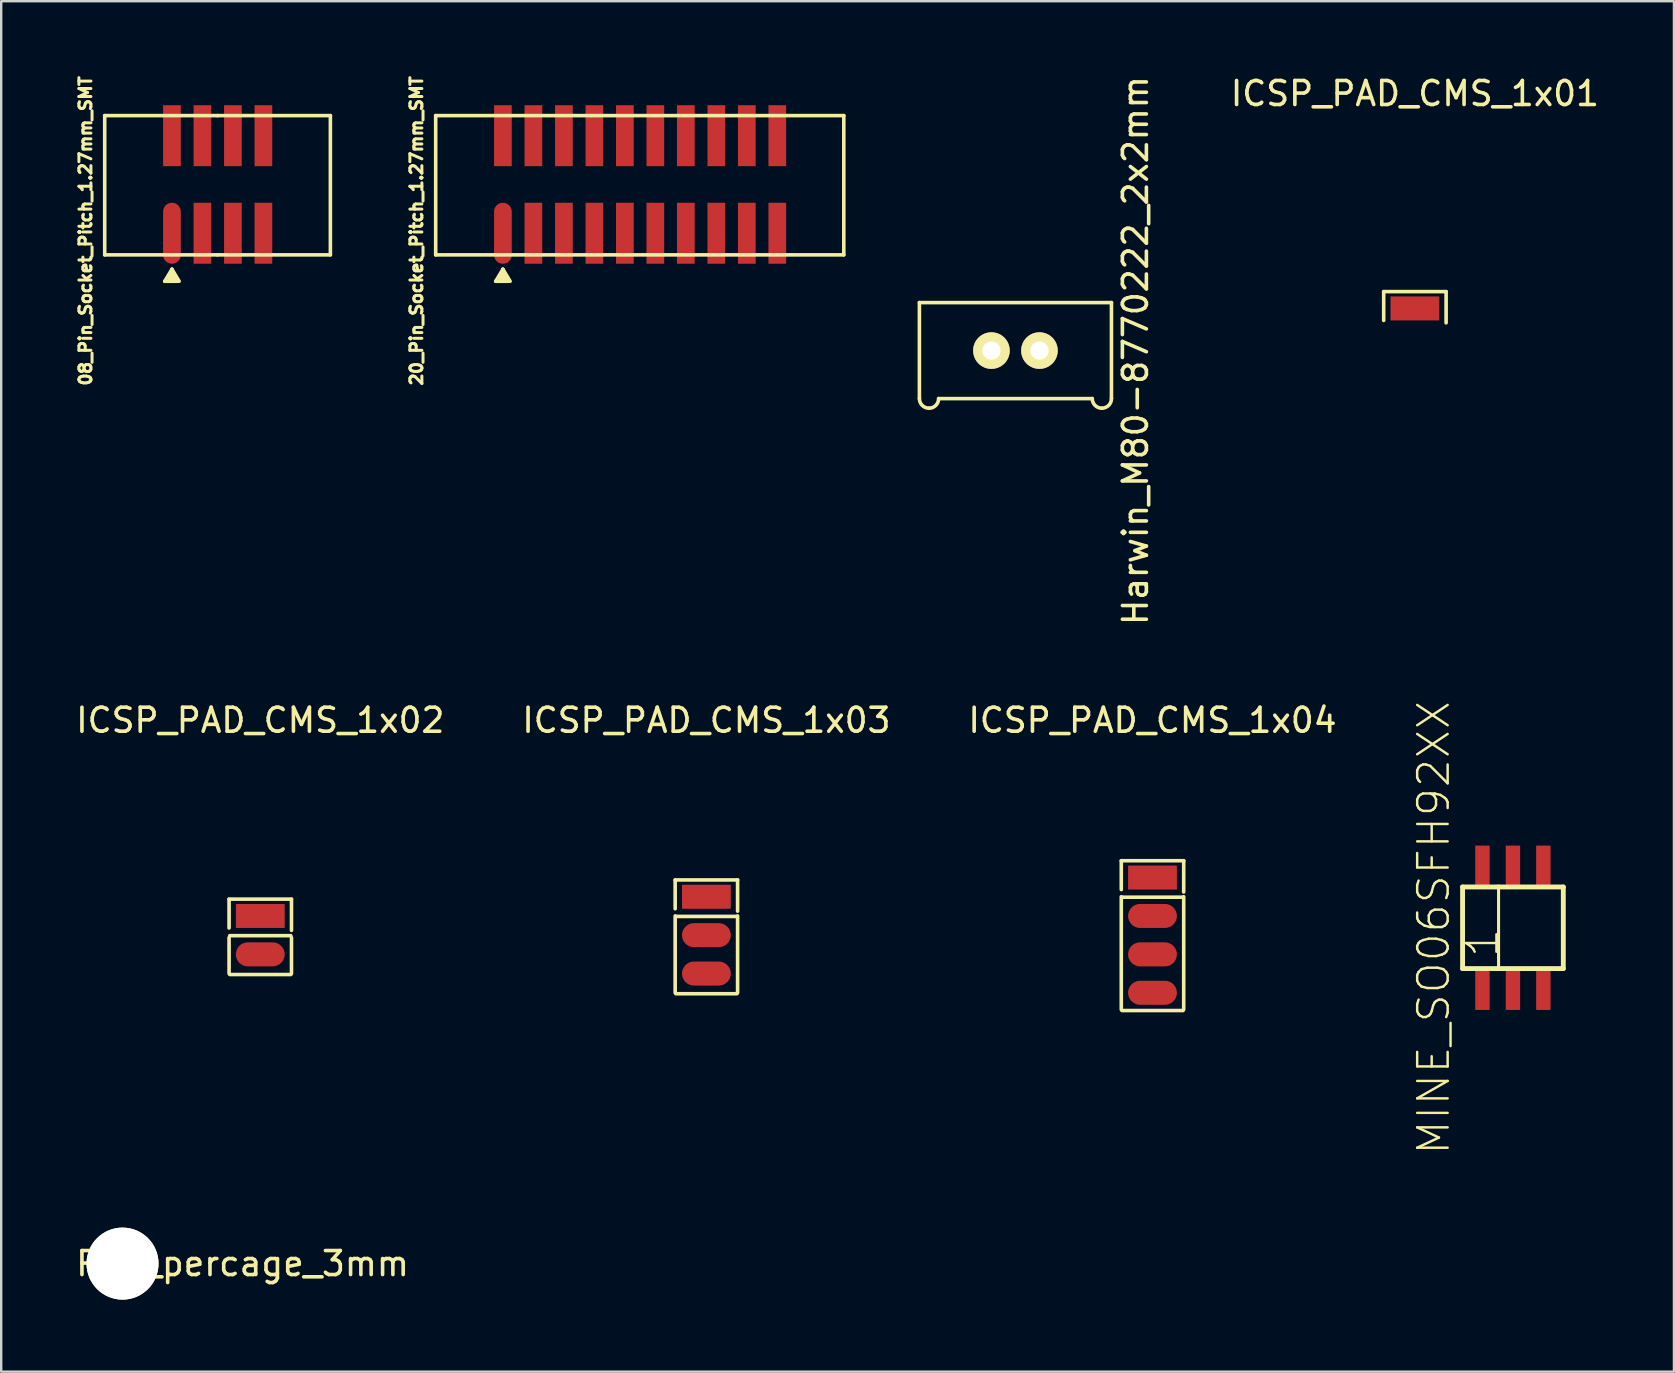
<source format=kicad_pcb>
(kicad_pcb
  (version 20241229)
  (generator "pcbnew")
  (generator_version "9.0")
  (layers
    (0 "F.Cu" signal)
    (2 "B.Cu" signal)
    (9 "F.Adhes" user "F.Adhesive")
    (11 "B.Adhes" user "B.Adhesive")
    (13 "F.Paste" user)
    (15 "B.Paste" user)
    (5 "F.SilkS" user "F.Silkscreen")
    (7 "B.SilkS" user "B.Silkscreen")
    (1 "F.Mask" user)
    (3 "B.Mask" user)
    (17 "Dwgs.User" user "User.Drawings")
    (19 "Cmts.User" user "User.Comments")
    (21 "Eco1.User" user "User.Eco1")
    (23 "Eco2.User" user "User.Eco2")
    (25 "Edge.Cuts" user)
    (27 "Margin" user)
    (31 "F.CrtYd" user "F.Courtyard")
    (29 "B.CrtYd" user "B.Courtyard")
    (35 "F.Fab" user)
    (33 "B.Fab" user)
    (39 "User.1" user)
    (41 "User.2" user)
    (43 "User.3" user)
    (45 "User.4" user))
  (footprint "Pad_percage_3mm"
    (layer "F.Cu")
    (at 2.054 49.587)
    (property "Reference" "Pad_percage_3mm" (at 5 0 0) (layer "F.SilkS") (effects (font (size 1 1) (thickness 0.15))))
    (attr through_hole)
    (pad "" np_thru_hole circle (at 0 0) (size 3 3) (drill 3) (layers "*.Cu" "*.Mask" "F.SilkS")))
  (footprint "20_Pin_Socket_Pitch_1.27mm_SMT"
    (layer "F.Cu")
    (at 23.649 4.666)
    (property "Reference" "20_Pin_Socket_Pitch_1.27mm_SMT" (at -9.35 1.9 90) (layer "F.SilkS") (effects (font (size 0.5 0.5) (thickness 0.125))))
    (attr through_hole)
    (fp_line (start -8.55 -2.9) (end 8.45 -2.9) (stroke (width 0.15) (type solid)) (layer "F.SilkS"))
    (fp_line (start -8.55 2.9) (end -8.55 -2.9) (stroke (width 0.15) (type solid)) (layer "F.SilkS"))
    (fp_line (start -8.55 2.9) (end 8.45 2.9) (stroke (width 0.15) (type solid)) (layer "F.SilkS"))
    (fp_line (start -6.05 4) (end -5.55 4) (stroke (width 0.15) (type solid)) (layer "F.SilkS"))
    (fp_line (start -5.85 3.9) (end -5.75 3.9) (stroke (width 0.15) (type solid)) (layer "F.SilkS"))
    (fp_line (start -5.75 3.5) (end -6.05 4) (stroke (width 0.15) (type solid)) (layer "F.SilkS"))
    (fp_line (start -5.75 3.5) (end -5.45 4) (stroke (width 0.15) (type solid)) (layer "F.SilkS"))
    (fp_line (start -5.75 3.7) (end -5.85 3.9) (stroke (width 0.15) (type solid)) (layer "F.SilkS"))
    (fp_line (start -5.75 3.7) (end -5.65 3.9) (stroke (width 0.15) (type solid)) (layer "F.SilkS"))
    (fp_line (start -5.55 4) (end -5.75 3.5) (stroke (width 0.15) (type solid)) (layer "F.SilkS"))
    (fp_line (start 8.45 2.9) (end 8.45 -2.9) (stroke (width 0.15) (type solid)) (layer "F.SilkS"))
    (pad "1" smd oval (at -5.75 2) (size 0.737 2.54) (layers "F.Cu" "F.Mask" "F.Paste"))
    (pad "2" smd rect (at -5.75 -2.064) (size 0.737 2.54) (layers "F.Cu" "F.Mask" "F.Paste"))
    (pad "3" smd rect (at -4.48 2) (size 0.737 2.54) (layers "F.Cu" "F.Mask" "F.Paste"))
    (pad "4" smd rect (at -4.48 -2.064) (size 0.737 2.54) (layers "F.Cu" "F.Mask" "F.Paste"))
    (pad "5" smd rect (at -3.21 2) (size 0.737 2.54) (layers "F.Cu" "F.Mask" "F.Paste"))
    (pad "6" smd rect (at -3.21 -2.064) (size 0.737 2.54) (layers "F.Cu" "F.Mask" "F.Paste"))
    (pad "7" smd rect (at -1.94 2) (size 0.737 2.54) (layers "F.Cu" "F.Mask" "F.Paste"))
    (pad "8" smd rect (at -1.94 -2.064) (size 0.737 2.54) (layers "F.Cu" "F.Mask" "F.Paste"))
    (pad "9" smd rect (at -0.67 2) (size 0.737 2.54) (layers "F.Cu" "F.Mask" "F.Paste"))
    (pad "10" smd rect (at -0.67 -2.064) (size 0.737 2.54) (layers "F.Cu" "F.Mask" "F.Paste"))
    (pad "11" smd rect (at 0.6 2) (size 0.737 2.54) (layers "F.Cu" "F.Mask" "F.Paste"))
    (pad "12" smd rect (at 0.6 -2.064) (size 0.737 2.54) (layers "F.Cu" "F.Mask" "F.Paste"))
    (pad "13" smd rect (at 1.87 2) (size 0.737 2.54) (layers "F.Cu" "F.Mask" "F.Paste"))
    (pad "14" smd rect (at 1.87 -2.064) (size 0.737 2.54) (layers "F.Cu" "F.Mask" "F.Paste"))
    (pad "15" smd rect (at 3.14 2) (size 0.737 2.54) (layers "F.Cu" "F.Mask" "F.Paste"))
    (pad "16" smd rect (at 3.14 -2.064) (size 0.737 2.54) (layers "F.Cu" "F.Mask" "F.Paste"))
    (pad "17" smd rect (at 4.41 2) (size 0.737 2.54) (layers "F.Cu" "F.Mask" "F.Paste"))
    (pad "18" smd rect (at 4.41 -2.064) (size 0.737 2.54) (layers "F.Cu" "F.Mask" "F.Paste"))
    (pad "19" smd rect (at 5.68 2) (size 0.737 2.54) (layers "F.Cu" "F.Mask" "F.Paste"))
    (pad "20" smd rect (at 5.68 -2.064) (size 0.737 2.54) (layers "F.Cu" "F.Mask" "F.Paste")))
  (footprint "ICSP_PAD_CMS_1x04"
    (layer "F.Cu")
    (at 44.958 35.905)
    (property "Reference" "ICSP_PAD_CMS_1x04" (at 0 -8.95 0) (layer "F.SilkS") (effects (font (size 1 1) (thickness 0.15))))
    (attr through_hole)
    (fp_line (start -1.3 -3.1) (end 1.3 -3.1) (stroke (width 0.15) (type solid)) (layer "F.SilkS"))
    (fp_line (start -1.3 -1.9) (end -1.3 -3.1) (stroke (width 0.15) (type solid)) (layer "F.SilkS"))
    (fp_line (start -1.3 -1.6) (end -1.3 3.1) (stroke (width 0.15) (type solid)) (layer "F.SilkS"))
    (fp_line (start -1.27 3.14) (end 1.27 3.14) (stroke (width 0.15) (type solid)) (layer "F.SilkS"))
    (fp_line (start 1.27 -1.58) (end -1.27 -1.58) (stroke (width 0.15) (type solid)) (layer "F.SilkS"))
    (fp_line (start 1.3 -3.1) (end 1.3 -1.8) (stroke (width 0.15) (type solid)) (layer "F.SilkS"))
    (fp_line (start 1.3 -1.6) (end 1.3 3.1) (stroke (width 0.15) (type solid)) (layer "F.SilkS"))
    (pad "1" smd rect (at 0 -2.4) (size 2.032 1) (layers "F.Cu" "F.Mask" "F.Paste"))
    (pad "2" smd oval (at 0 -0.8) (size 2.032 1) (layers "F.Cu" "F.Mask" "F.Paste"))
    (pad "3" smd oval (at 0 0.8) (size 2.032 1) (layers "F.Cu" "F.Mask" "F.Paste"))
    (pad "4" smd oval (at 0 2.4) (size 2.032 1) (layers "F.Cu" "F.Mask" "F.Paste")))
  (footprint "MINE_SO06SFH92XX"
    (layer "F.Cu")
    (at 59.973 35.597)
    (property "Reference" "MINE_SO06SFH92XX" (at -3.302 0 90) (layer "F.SilkS") (effects (font (size 1.27 1.27) (thickness 0.102))))
    (attr smd)
    (fp_line (start -2.098 -1.699) (end -0.599 -1.699) (stroke (width 0.203) (type solid)) (layer "F.SilkS"))
    (fp_line (start -2.098 1.699) (end -2.098 -1.699) (stroke (width 0.203) (type solid)) (layer "F.SilkS"))
    (fp_line (start -1.519 -1.725) (end -1.019 -1.725) (stroke (width 0.066) (type solid)) (layer "F.SilkS"))
    (fp_line (start -1.519 1.725) (end -1.019 1.725) (stroke (width 0.066) (type solid)) (layer "F.SilkS"))
    (fp_line (start -0.599 -1.699) (end -0.599 1.699) (stroke (width 0.127) (type solid)) (layer "F.SilkS"))
    (fp_line (start -0.599 -1.699) (end 2.098 -1.699) (stroke (width 0.203) (type solid)) (layer "F.SilkS"))
    (fp_line (start -0.599 1.699) (end -2.098 1.699) (stroke (width 0.203) (type solid)) (layer "F.SilkS"))
    (fp_line (start -0.249 -1.725) (end 0.249 -1.725) (stroke (width 0.066) (type solid)) (layer "F.SilkS"))
    (fp_line (start -0.249 1.725) (end 0.249 1.725) (stroke (width 0.066) (type solid)) (layer "F.SilkS"))
    (fp_line (start 1.019 -1.725) (end 1.519 -1.725) (stroke (width 0.066) (type solid)) (layer "F.SilkS"))
    (fp_line (start 1.019 1.725) (end 1.519 1.725) (stroke (width 0.066) (type solid)) (layer "F.SilkS"))
    (fp_line (start 2.098 -1.699) (end 2.098 1.699) (stroke (width 0.203) (type solid)) (layer "F.SilkS"))
    (fp_line (start 2.098 1.699) (end -0.599 1.699) (stroke (width 0.203) (type solid)) (layer "F.SilkS"))
    (fp_text user "1" (at -1.27 0.635 90) (layer "F.SilkS") (effects (font (size 1.27 1.27) (thickness 0.102))))
    (pad "1" smd rect (at -1.27 2.598) (size 0.599 1.651) (layers "F.Cu" "F.Mask" "F.Paste"))
    (pad "2" smd rect (at 0 2.598) (size 0.599 1.651) (layers "F.Cu" "F.Mask" "F.Paste"))
    (pad "3" smd rect (at 1.267 2.598) (size 0.599 1.651) (layers "F.Cu" "F.Mask" "F.Paste"))
    (pad "4" smd rect (at 1.267 -2.598) (size 0.599 1.651) (layers "F.Cu" "F.Mask" "F.Paste"))
    (pad "5" smd rect (at 0 -2.598) (size 0.599 1.651) (layers "F.Cu" "F.Mask" "F.Paste"))
    (pad "6" smd rect (at -1.27 -2.598) (size 0.599 1.651) (layers "F.Cu" "F.Mask" "F.Paste")))
  (footprint "08_Pin_Socket_Pitch_1.27mm_SMT"
    (layer "F.Cu")
    (at 6.012 4.666)
    (property "Reference" "08_Pin_Socket_Pitch_1.27mm_SMT" (at -5.5 1.9 90) (layer "F.SilkS") (effects (font (size 0.5 0.5) (thickness 0.125))))
    (attr through_hole)
    (fp_line (start -4.7 -2.9) (end 0 -2.9) (stroke (width 0.15) (type solid)) (layer "F.SilkS"))
    (fp_line (start -4.7 2.9) (end -4.7 -2.9) (stroke (width 0.15) (type solid)) (layer "F.SilkS"))
    (fp_line (start -2.2 4) (end -1.7 4) (stroke (width 0.15) (type solid)) (layer "F.SilkS"))
    (fp_line (start -2 3.9) (end -1.9 3.9) (stroke (width 0.15) (type solid)) (layer "F.SilkS"))
    (fp_line (start -1.9 3.5) (end -2.2 4) (stroke (width 0.15) (type solid)) (layer "F.SilkS"))
    (fp_line (start -1.9 3.5) (end -1.6 4) (stroke (width 0.15) (type solid)) (layer "F.SilkS"))
    (fp_line (start -1.9 3.7) (end -2 3.9) (stroke (width 0.15) (type solid)) (layer "F.SilkS"))
    (fp_line (start -1.9 3.7) (end -1.8 3.9) (stroke (width 0.15) (type solid)) (layer "F.SilkS"))
    (fp_line (start -1.7 4) (end -1.9 3.5) (stroke (width 0.15) (type solid)) (layer "F.SilkS"))
    (fp_line (start 0 -2.9) (end 4.7 -2.9) (stroke (width 0.15) (type solid)) (layer "F.SilkS"))
    (fp_line (start 0 2.9) (end -4.7 2.9) (stroke (width 0.15) (type solid)) (layer "F.SilkS"))
    (fp_line (start 4.7 -2.9) (end 4.7 2.9) (stroke (width 0.15) (type solid)) (layer "F.SilkS"))
    (fp_line (start 4.7 2.9) (end 0 2.9) (stroke (width 0.15) (type solid)) (layer "F.SilkS"))
    (pad "1" smd oval (at -1.9 2) (size 0.737 2.54) (layers "F.Cu" "F.Mask" "F.Paste"))
    (pad "2" smd rect (at -1.9 -2.064) (size 0.737 2.54) (layers "F.Cu" "F.Mask" "F.Paste"))
    (pad "3" smd rect (at -0.63 2) (size 0.737 2.54) (layers "F.Cu" "F.Mask" "F.Paste"))
    (pad "4" smd rect (at -0.63 -2.064) (size 0.737 2.54) (layers "F.Cu" "F.Mask" "F.Paste"))
    (pad "5" smd rect (at 0.64 2) (size 0.737 2.54) (layers "F.Cu" "F.Mask" "F.Paste"))
    (pad "6" smd rect (at 0.64 -2.064) (size 0.737 2.54) (layers "F.Cu" "F.Mask" "F.Paste"))
    (pad "7" smd rect (at 1.91 2) (size 0.737 2.54) (layers "F.Cu" "F.Mask" "F.Paste"))
    (pad "8" smd rect (at 1.91 -2.064) (size 0.737 2.54) (layers "F.Cu" "F.Mask" "F.Paste")))
  (footprint "ICSP_PAD_CMS_1x02"
    (layer "F.Cu")
    (at 7.792 35.905)
    (property "Reference" "ICSP_PAD_CMS_1x02" (at 0 -8.95 0) (layer "F.SilkS") (effects (font (size 1 1) (thickness 0.15))))
    (attr through_hole)
    (fp_line (start -1.3 -1.5) (end 1.3 -1.5) (stroke (width 0.15) (type solid)) (layer "F.SilkS"))
    (fp_line (start -1.3 -0.3) (end -1.3 -1.5) (stroke (width 0.15) (type solid)) (layer "F.SilkS"))
    (fp_line (start -1.3 1.6) (end -1.3 0.1) (stroke (width 0.15) (type solid)) (layer "F.SilkS"))
    (fp_line (start -1.27 1.64) (end 1.27 1.64) (stroke (width 0.15) (type solid)) (layer "F.SilkS"))
    (fp_line (start 1.27 0.02) (end -1.27 0.02) (stroke (width 0.15) (type solid)) (layer "F.SilkS"))
    (fp_line (start 1.3 -1.5) (end 1.3 -0.2) (stroke (width 0.15) (type solid)) (layer "F.SilkS"))
    (fp_line (start 1.3 1.6) (end 1.3 0.1) (stroke (width 0.15) (type solid)) (layer "F.SilkS"))
    (pad "1" smd rect (at 0 -0.8) (size 2.032 1) (layers "F.Cu" "F.Mask" "F.Paste"))
    (pad "2" smd oval (at 0 0.8) (size 2.032 1) (layers "F.Cu" "F.Mask" "F.Paste")))
  (footprint "Harwin_M80-8770222_2x2mm"
    (layer "F.Cu")
    (at 39.249 11.554)
    (property "Reference" "Harwin_M80-8770222_2x2mm" (at 5 0 90) (layer "F.SilkS") (effects (font (size 1 1) (thickness 0.15))))
    (attr through_hole)
    (fp_line (start -4 -2) (end 4 -2) (stroke (width 0.15) (type solid)) (layer "F.SilkS"))
    (fp_line (start -4 2) (end -4 -2) (stroke (width 0.15) (type solid)) (layer "F.SilkS"))
    (fp_line (start 3.2 2) (end -3.2 2) (stroke (width 0.15) (type solid)) (layer "F.SilkS"))
    (fp_line (start 4 -2) (end 4 2) (stroke (width 0.15) (type solid)) (layer "F.SilkS"))
    (fp_arc (start -3.6 2.4) (mid -3.882843 2.282843) (end -4 2) (stroke (width 0.15) (type solid)) (layer "F.SilkS"))
    (fp_arc (start -3.2 2) (mid -3.317157 2.282843) (end -3.6 2.4) (stroke (width 0.15) (type solid)) (layer "F.SilkS"))
    (fp_arc (start 3.6 2.4) (mid 3.317157 2.282843) (end 3.2 2) (stroke (width 0.15) (type solid)) (layer "F.SilkS"))
    (fp_arc (start 4 2) (mid 3.882843 2.282843) (end 3.6 2.4) (stroke (width 0.15) (type solid)) (layer "F.SilkS"))
    (pad "1" thru_hole circle (at -1 0) (size 1.524 1.524) (drill 0.762) (layers "*.Cu" "*.Mask" "F.SilkS"))
    (pad "2" thru_hole circle (at 1 0) (size 1.524 1.524) (drill 0.762) (layers "*.Cu" "*.Mask" "F.SilkS")))
  (footprint "ICSP_PAD_CMS_1x01"
    (layer "F.Cu")
    (at 55.889 9.798)
    (property "Reference" "ICSP_PAD_CMS_1x01" (at 0 -8.95 0) (layer "F.SilkS") (effects (font (size 1 1) (thickness 0.15))))
    (attr through_hole)
    (fp_line (start -1.3 -0.7) (end 1.3 -0.7) (stroke (width 0.15) (type solid)) (layer "F.SilkS"))
    (fp_line (start -1.3 0.5) (end -1.3 -0.7) (stroke (width 0.15) (type solid)) (layer "F.SilkS"))
    (fp_line (start 1.3 -0.7) (end 1.3 0.6) (stroke (width 0.15) (type solid)) (layer "F.SilkS"))
    (pad "1" smd rect (at 0 0) (size 2.032 1) (layers "F.Cu" "F.Mask" "F.Paste")))
  (footprint "ICSP_PAD_CMS_1x03"
    (layer "F.Cu")
    (at 26.375 35.905)
    (property "Reference" "ICSP_PAD_CMS_1x03" (at 0 -8.95 0) (layer "F.SilkS") (effects (font (size 1 1) (thickness 0.15))))
    (attr through_hole)
    (fp_line (start -1.3 -2.3) (end 1.3 -2.3) (stroke (width 0.15) (type solid)) (layer "F.SilkS"))
    (fp_line (start -1.3 -1.1) (end -1.3 -2.3) (stroke (width 0.15) (type solid)) (layer "F.SilkS"))
    (fp_line (start -1.3 -0.8) (end -1.3 2.4) (stroke (width 0.15) (type solid)) (layer "F.SilkS"))
    (fp_line (start -1.27 2.44) (end 1.27 2.44) (stroke (width 0.15) (type solid)) (layer "F.SilkS"))
    (fp_line (start 1.27 -0.78) (end -1.27 -0.78) (stroke (width 0.15) (type solid)) (layer "F.SilkS"))
    (fp_line (start 1.3 -2.3) (end 1.3 -1) (stroke (width 0.15) (type solid)) (layer "F.SilkS"))
    (fp_line (start 1.3 -0.8) (end 1.3 2.4) (stroke (width 0.15) (type solid)) (layer "F.SilkS"))
    (pad "1" smd rect (at 0 -1.6) (size 2.032 1) (layers "F.Cu" "F.Mask" "F.Paste"))
    (pad "2" smd oval (at 0 0) (size 2.032 1) (layers "F.Cu" "F.Mask" "F.Paste"))
    (pad "3" smd oval (at 0 1.6) (size 2.032 1) (layers "F.Cu" "F.Mask" "F.Paste")))
  (gr_rect
    (start -3 -3)
    (end 66.68 54.087)
    (stroke (width 0.1) (type default))
    (fill no)
    (layer "Edge.Cuts")))
</source>
